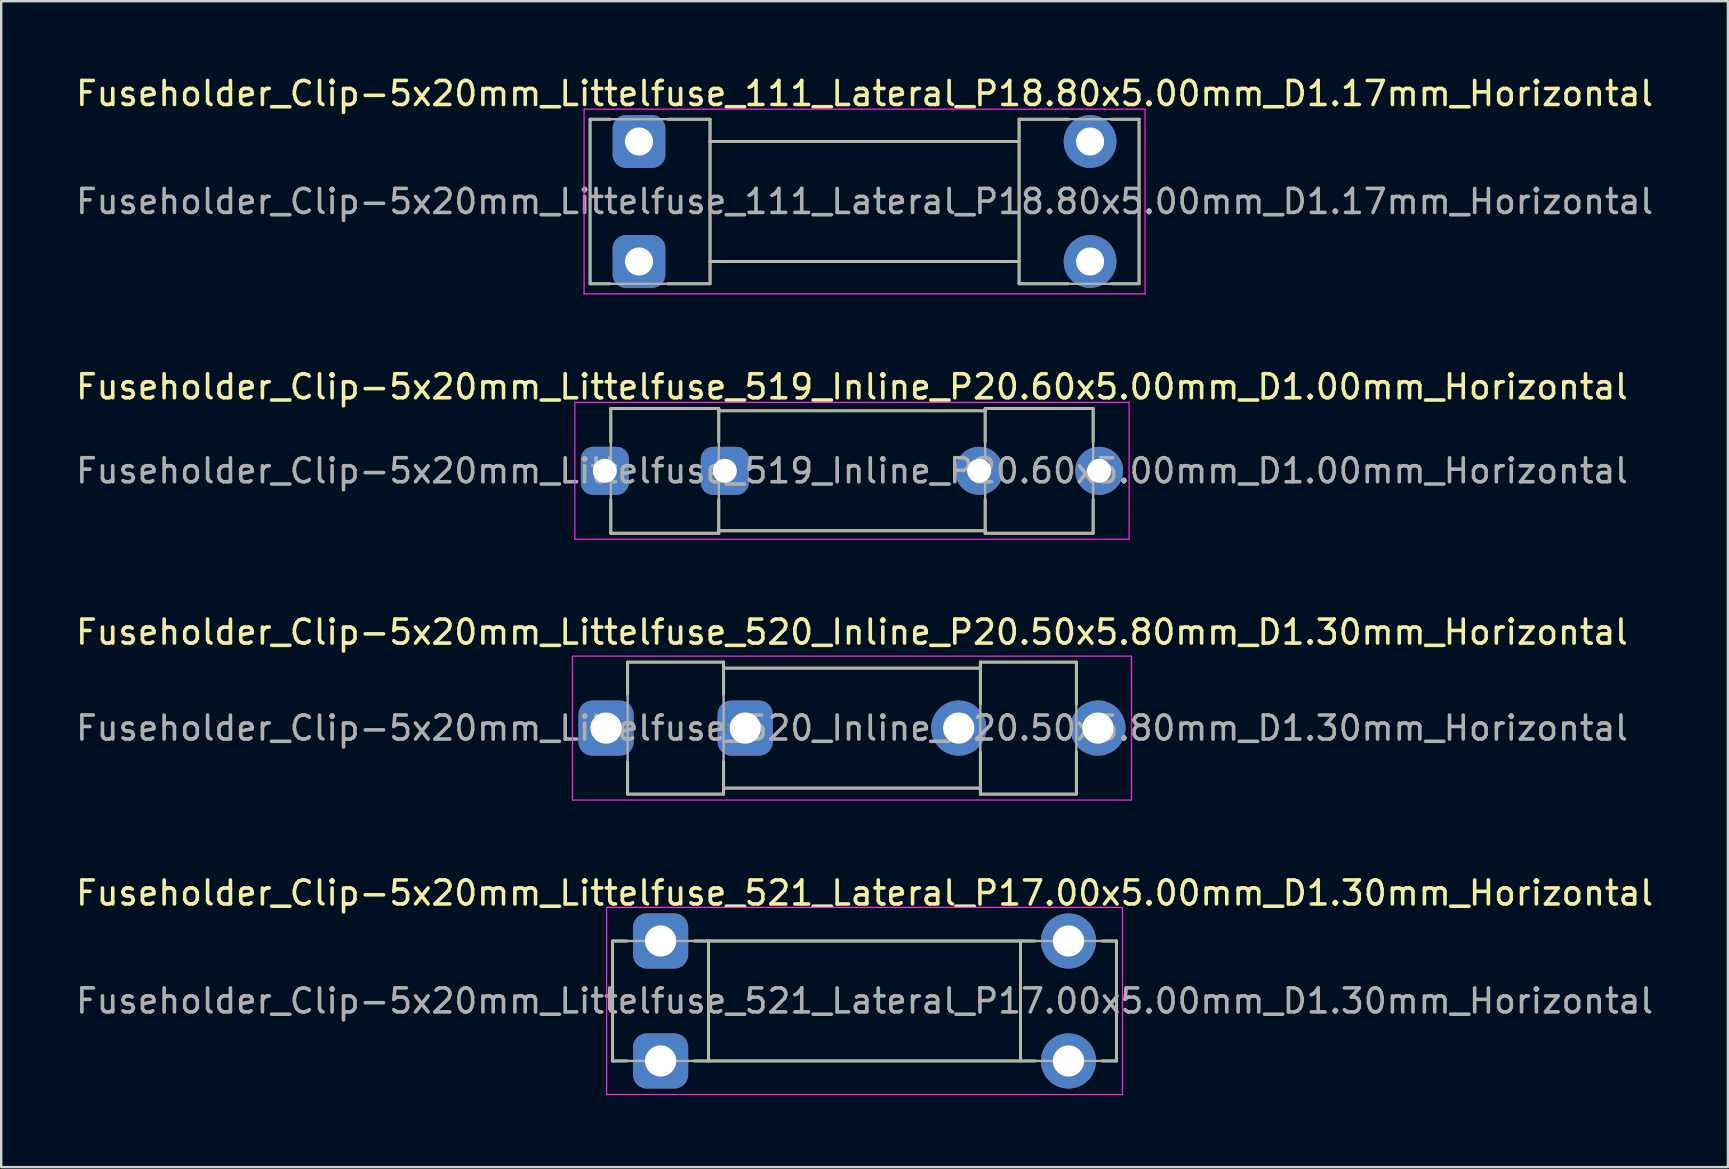
<source format=kicad_pcb>
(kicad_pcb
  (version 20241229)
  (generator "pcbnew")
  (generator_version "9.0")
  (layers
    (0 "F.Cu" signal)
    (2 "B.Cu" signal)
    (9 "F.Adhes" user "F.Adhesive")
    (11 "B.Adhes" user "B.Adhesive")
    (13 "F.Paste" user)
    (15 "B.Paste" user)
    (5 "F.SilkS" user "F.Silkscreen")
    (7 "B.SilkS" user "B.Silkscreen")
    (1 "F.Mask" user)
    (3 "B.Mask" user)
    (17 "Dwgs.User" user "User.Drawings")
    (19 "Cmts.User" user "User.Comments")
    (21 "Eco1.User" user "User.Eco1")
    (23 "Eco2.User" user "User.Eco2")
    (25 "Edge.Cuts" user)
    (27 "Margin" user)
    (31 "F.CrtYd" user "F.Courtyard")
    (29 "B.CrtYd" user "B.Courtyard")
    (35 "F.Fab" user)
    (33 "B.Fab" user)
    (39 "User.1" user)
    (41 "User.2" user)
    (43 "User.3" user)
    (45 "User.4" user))
  (footprint "Fuseholder_Clip-5x20mm_Littelfuse_111_Lateral_P18.80x5.00mm_D1.17mm_Horizontal"
    (layer "F.Cu")
    (at 23.582 2.848)
    (property "Reference" "Fuseholder_Clip-5x20mm_Littelfuse_111_Lateral_P18.80x5.00mm_D1.17mm_Horizontal" (at 9.4 -2 0) (layer "F.SilkS") (effects (font (size 1 1) (thickness 0.15))))
    (attr through_hole)
    (fp_line (start -2.04 5.93) (end -2.04 -0.93) (stroke (width 0.12) (type solid)) (layer "F.SilkS"))
    (fp_line (start -1.2 -0.93) (end -2.04 -0.93) (stroke (width 0.12) (type solid)) (layer "F.SilkS"))
    (fp_line (start -1.2 5.93) (end -2.04 5.93) (stroke (width 0.12) (type solid)) (layer "F.SilkS"))
    (fp_line (start 2.96 -0.93) (end 1.2 -0.93) (stroke (width 0.12) (type solid)) (layer "F.SilkS"))
    (fp_line (start 2.96 -0.93) (end 2.96 5.93) (stroke (width 0.12) (type solid)) (layer "F.SilkS"))
    (fp_line (start 2.96 5.93) (end 1.2 5.93) (stroke (width 0.12) (type solid)) (layer "F.SilkS"))
    (fp_line (start 15.84 -0.93) (end 15.84 5.93) (stroke (width 0.12) (type solid)) (layer "F.SilkS"))
    (fp_line (start 15.84 0) (end 2.96 0) (stroke (width 0.12) (type solid)) (layer "F.SilkS"))
    (fp_line (start 15.84 5) (end 2.96 5) (stroke (width 0.12) (type solid)) (layer "F.SilkS"))
    (fp_line (start 17.9 -0.93) (end 15.84 -0.93) (stroke (width 0.12) (type solid)) (layer "F.SilkS"))
    (fp_line (start 17.9 5.93) (end 15.84 5.93) (stroke (width 0.12) (type solid)) (layer "F.SilkS"))
    (fp_line (start 19.7 -0.93) (end 20.84 -0.93) (stroke (width 0.12) (type solid)) (layer "F.SilkS"))
    (fp_line (start 19.7 5.93) (end 20.84 5.93) (stroke (width 0.12) (type solid)) (layer "F.SilkS"))
    (fp_line (start 20.84 -0.93) (end 20.84 5.93) (stroke (width 0.12) (type solid)) (layer "F.SilkS"))
    (fp_line (start -2.29 -1.35) (end -2.29 6.35) (stroke (width 0.05) (type solid)) (layer "F.CrtYd"))
    (fp_line (start -2.29 -1.35) (end 21.09 -1.35) (stroke (width 0.05) (type solid)) (layer "F.CrtYd"))
    (fp_line (start 21.09 6.35) (end -2.29 6.35) (stroke (width 0.05) (type solid)) (layer "F.CrtYd"))
    (fp_line (start 21.09 6.35) (end 21.09 -1.35) (stroke (width 0.05) (type solid)) (layer "F.CrtYd"))
    (fp_line (start -2.04 -0.93) (end 2.96 -0.93) (stroke (width 0.1) (type solid)) (layer "F.Fab"))
    (fp_line (start -2.04 5.93) (end -2.04 -0.93) (stroke (width 0.1) (type solid)) (layer "F.Fab"))
    (fp_line (start 2.96 -0.93) (end 2.96 5.93) (stroke (width 0.1) (type solid)) (layer "F.Fab"))
    (fp_line (start 2.96 0) (end 15.84 0) (stroke (width 0.1) (type solid)) (layer "F.Fab"))
    (fp_line (start 2.96 5.93) (end -2.04 5.93) (stroke (width 0.1) (type solid)) (layer "F.Fab"))
    (fp_line (start 15.84 -0.93) (end 15.84 5.93) (stroke (width 0.1) (type solid)) (layer "F.Fab"))
    (fp_line (start 15.84 5) (end 2.96 5) (stroke (width 0.1) (type solid)) (layer "F.Fab"))
    (fp_line (start 15.84 5.93) (end 20.84 5.93) (stroke (width 0.1) (type solid)) (layer "F.Fab"))
    (fp_line (start 20.84 -0.93) (end 15.84 -0.93) (stroke (width 0.1) (type solid)) (layer "F.Fab"))
    (fp_line (start 20.84 5.93) (end 20.84 -0.93) (stroke (width 0.1) (type solid)) (layer "F.Fab"))
    (fp_text user "${REFERENCE}" (at 9.4 2.5 0) (layer "F.Fab") (effects (font (size 1 1) (thickness 0.15))))
    (pad "1" thru_hole roundrect (at 0 0) (size 2.2 2.2) (drill 1.17) (layers "*.Cu" "*.Mask") (roundrect_rratio 0.25))
    (pad "1" thru_hole roundrect (at 0 5) (size 2.2 2.2) (drill 1.17) (layers "*.Cu" "*.Mask") (roundrect_rratio 0.25))
    (pad "2" thru_hole circle (at 18.8 0) (size 2.2 2.2) (drill 1.17) (layers "*.Cu" "*.Mask"))
    (pad "2" thru_hole circle (at 18.8 5) (size 2.2 2.2) (drill 1.17) (layers "*.Cu" "*.Mask")))
  (footprint "Fuseholder_Clip-5x20mm_Littelfuse_520_Inline_P20.50x5.80mm_D1.30mm_Horizontal"
    (layer "F.Cu")
    (at 22.208 27.295)
    (property "Reference" "Fuseholder_Clip-5x20mm_Littelfuse_520_Inline_P20.50x5.80mm_D1.30mm_Horizontal" (at 10.25 -4 0) (layer "F.SilkS") (effects (font (size 1 1) (thickness 0.15))))
    (attr through_hole)
    (fp_line (start 0.9 -2.75) (end 0.9 -1.4) (stroke (width 0.12) (type solid)) (layer "F.SilkS"))
    (fp_line (start 0.9 2.75) (end 0.9 1.4) (stroke (width 0.12) (type solid)) (layer "F.SilkS"))
    (fp_line (start 4.9 -2.75) (end 0.9 -2.75) (stroke (width 0.12) (type solid)) (layer "F.SilkS"))
    (fp_line (start 4.9 -2.75) (end 4.9 -1.4) (stroke (width 0.12) (type solid)) (layer "F.SilkS"))
    (fp_line (start 4.9 2.75) (end 0.9 2.75) (stroke (width 0.12) (type solid)) (layer "F.SilkS"))
    (fp_line (start 4.9 2.75) (end 4.9 1.4) (stroke (width 0.12) (type solid)) (layer "F.SilkS"))
    (fp_line (start 15.6 -2.75) (end 15.6 -1) (stroke (width 0.12) (type solid)) (layer "F.SilkS"))
    (fp_line (start 15.6 -2.5) (end 4.9 -2.5) (stroke (width 0.12) (type solid)) (layer "F.SilkS"))
    (fp_line (start 15.6 2.5) (end 4.9 2.5) (stroke (width 0.12) (type solid)) (layer "F.SilkS"))
    (fp_line (start 15.6 2.75) (end 15.6 1) (stroke (width 0.12) (type solid)) (layer "F.SilkS"))
    (fp_line (start 15.6 2.75) (end 19.6 2.75) (stroke (width 0.12) (type solid)) (layer "F.SilkS"))
    (fp_line (start 19.6 -2.75) (end 15.6 -2.75) (stroke (width 0.12) (type solid)) (layer "F.SilkS"))
    (fp_line (start 19.6 -1) (end 19.6 -2.75) (stroke (width 0.12) (type solid)) (layer "F.SilkS"))
    (fp_line (start 19.6 1) (end 19.6 2.75) (stroke (width 0.12) (type solid)) (layer "F.SilkS"))
    (fp_line (start -1.4 -3) (end -1.4 3) (stroke (width 0.05) (type solid)) (layer "F.CrtYd"))
    (fp_line (start -1.4 -3) (end 21.9 -3) (stroke (width 0.05) (type solid)) (layer "F.CrtYd"))
    (fp_line (start 21.9 3) (end -1.4 3) (stroke (width 0.05) (type solid)) (layer "F.CrtYd"))
    (fp_line (start 21.9 3) (end 21.9 -3) (stroke (width 0.05) (type solid)) (layer "F.CrtYd"))
    (fp_line (start 0.9 -2.75) (end 4.9 -2.75) (stroke (width 0.1) (type solid)) (layer "F.Fab"))
    (fp_line (start 0.9 2.75) (end 0.9 -2.75) (stroke (width 0.1) (type solid)) (layer "F.Fab"))
    (fp_line (start 4.9 -2.75) (end 4.9 2.75) (stroke (width 0.1) (type solid)) (layer "F.Fab"))
    (fp_line (start 4.9 -2.5) (end 15.6 -2.5) (stroke (width 0.1) (type solid)) (layer "F.Fab"))
    (fp_line (start 4.9 2.75) (end 0.9 2.75) (stroke (width 0.1) (type solid)) (layer "F.Fab"))
    (fp_line (start 15.6 -2.75) (end 15.6 2.75) (stroke (width 0.1) (type solid)) (layer "F.Fab"))
    (fp_line (start 15.6 2.5) (end 4.9 2.5) (stroke (width 0.1) (type solid)) (layer "F.Fab"))
    (fp_line (start 15.6 2.75) (end 19.6 2.75) (stroke (width 0.1) (type solid)) (layer "F.Fab"))
    (fp_line (start 19.6 -2.75) (end 15.6 -2.75) (stroke (width 0.1) (type solid)) (layer "F.Fab"))
    (fp_line (start 19.6 2.75) (end 19.6 -2.75) (stroke (width 0.1) (type solid)) (layer "F.Fab"))
    (fp_text user "${REFERENCE}" (at 10.25 0 0) (layer "F.Fab") (effects (font (size 1 1) (thickness 0.15))))
    (pad "1" thru_hole roundrect (at 0 0) (size 2.3 2.3) (drill 1.3) (layers "*.Cu" "*.Mask") (roundrect_rratio 0.25))
    (pad "1" thru_hole roundrect (at 5.8 0) (size 2.3 2.3) (drill 1.3) (layers "*.Cu" "*.Mask") (roundrect_rratio 0.25))
    (pad "2" thru_hole circle (at 14.7 0) (size 2.3 2.3) (drill 1.3) (layers "*.Cu" "*.Mask"))
    (pad "2" thru_hole circle (at 20.5 0) (size 2.3 2.3) (drill 1.3) (layers "*.Cu" "*.Mask")))
  (footprint "Fuseholder_Clip-5x20mm_Littelfuse_521_Lateral_P17.00x5.00mm_D1.30mm_Horizontal"
    (layer "F.Cu")
    (at 24.482 36.168)
    (property "Reference" "Fuseholder_Clip-5x20mm_Littelfuse_521_Lateral_P17.00x5.00mm_D1.30mm_Horizontal" (at 8.5 -2 0) (layer "F.SilkS") (effects (font (size 1 1) (thickness 0.15))))
    (attr through_hole)
    (fp_line (start -2 5) (end -2 0) (stroke (width 0.12) (type solid)) (layer "F.SilkS"))
    (fp_line (start -1.4 0) (end -2 0) (stroke (width 0.12) (type solid)) (layer "F.SilkS"))
    (fp_line (start -1.4 5) (end -2 5) (stroke (width 0.12) (type solid)) (layer "F.SilkS"))
    (fp_line (start 2 0) (end 2 5) (stroke (width 0.12) (type solid)) (layer "F.SilkS"))
    (fp_line (start 15 0) (end 15 5) (stroke (width 0.12) (type solid)) (layer "F.SilkS"))
    (fp_line (start 15.6 0) (end 1.4 0) (stroke (width 0.12) (type solid)) (layer "F.SilkS"))
    (fp_line (start 15.6 5) (end 1.4 5) (stroke (width 0.12) (type solid)) (layer "F.SilkS"))
    (fp_line (start 18.4 0) (end 19 0) (stroke (width 0.12) (type solid)) (layer "F.SilkS"))
    (fp_line (start 18.4 5) (end 19 5) (stroke (width 0.12) (type solid)) (layer "F.SilkS"))
    (fp_line (start 19 0) (end 19 5) (stroke (width 0.12) (type solid)) (layer "F.SilkS"))
    (fp_line (start -2.25 -1.4) (end -2.25 6.4) (stroke (width 0.05) (type solid)) (layer "F.CrtYd"))
    (fp_line (start -2.25 -1.4) (end 19.25 -1.4) (stroke (width 0.05) (type solid)) (layer "F.CrtYd"))
    (fp_line (start 19.25 6.4) (end -2.25 6.4) (stroke (width 0.05) (type solid)) (layer "F.CrtYd"))
    (fp_line (start 19.25 6.4) (end 19.25 -1.4) (stroke (width 0.05) (type solid)) (layer "F.CrtYd"))
    (fp_line (start -2 0) (end 19 0) (stroke (width 0.1) (type solid)) (layer "F.Fab"))
    (fp_line (start -2 5) (end -2 0) (stroke (width 0.1) (type solid)) (layer "F.Fab"))
    (fp_line (start 2 0) (end 2 5) (stroke (width 0.1) (type solid)) (layer "F.Fab"))
    (fp_line (start 15 0) (end 15 5) (stroke (width 0.1) (type solid)) (layer "F.Fab"))
    (fp_line (start 19 5) (end -2 5) (stroke (width 0.1) (type solid)) (layer "F.Fab"))
    (fp_line (start 19 5) (end 19 0) (stroke (width 0.1) (type solid)) (layer "F.Fab"))
    (fp_text user "${REFERENCE}" (at 8.5 2.5 0) (layer "F.Fab") (effects (font (size 1 1) (thickness 0.15))))
    (pad "1" thru_hole roundrect (at 0 0) (size 2.3 2.3) (drill 1.3) (layers "*.Cu" "*.Mask") (roundrect_rratio 0.25))
    (pad "1" thru_hole roundrect (at 0 5) (size 2.3 2.3) (drill 1.3) (layers "*.Cu" "*.Mask") (roundrect_rratio 0.25))
    (pad "2" thru_hole circle (at 17 0) (size 2.3 2.3) (drill 1.3) (layers "*.Cu" "*.Mask"))
    (pad "2" thru_hole circle (at 17 5) (size 2.3 2.3) (drill 1.3) (layers "*.Cu" "*.Mask")))
  (footprint "Fuseholder_Clip-5x20mm_Littelfuse_519_Inline_P20.60x5.00mm_D1.00mm_Horizontal"
    (layer "F.Cu")
    (at 22.158 16.572)
    (property "Reference" "Fuseholder_Clip-5x20mm_Littelfuse_519_Inline_P20.60x5.00mm_D1.00mm_Horizontal" (at 10.3 -3.5 0) (layer "F.SilkS") (effects (font (size 1 1) (thickness 0.15))))
    (attr through_hole)
    (fp_line (start 0.25 -2.6) (end 0.25 -1.2) (stroke (width 0.12) (type solid)) (layer "F.SilkS"))
    (fp_line (start 0.25 2.6) (end 0.25 1.2) (stroke (width 0.12) (type solid)) (layer "F.SilkS"))
    (fp_line (start 4.75 -2.6) (end 0.25 -2.6) (stroke (width 0.12) (type solid)) (layer "F.SilkS"))
    (fp_line (start 4.75 -2.6) (end 4.75 -1.2) (stroke (width 0.12) (type solid)) (layer "F.SilkS"))
    (fp_line (start 4.75 2.6) (end 0.25 2.6) (stroke (width 0.12) (type solid)) (layer "F.SilkS"))
    (fp_line (start 4.75 2.6) (end 4.75 1.2) (stroke (width 0.12) (type solid)) (layer "F.SilkS"))
    (fp_line (start 15.85 -2.6) (end 15.85 -1.2) (stroke (width 0.12) (type solid)) (layer "F.SilkS"))
    (fp_line (start 15.85 -2.5) (end 4.75 -2.5) (stroke (width 0.12) (type solid)) (layer "F.SilkS"))
    (fp_line (start 15.85 2.5) (end 4.75 2.5) (stroke (width 0.12) (type solid)) (layer "F.SilkS"))
    (fp_line (start 15.85 2.6) (end 15.85 1.2) (stroke (width 0.12) (type solid)) (layer "F.SilkS"))
    (fp_line (start 15.85 2.6) (end 20.35 2.6) (stroke (width 0.12) (type solid)) (layer "F.SilkS"))
    (fp_line (start 20.35 -2.6) (end 15.85 -2.6) (stroke (width 0.12) (type solid)) (layer "F.SilkS"))
    (fp_line (start 20.35 -1.2) (end 20.35 -2.6) (stroke (width 0.12) (type solid)) (layer "F.SilkS"))
    (fp_line (start 20.35 1.2) (end 20.35 2.6) (stroke (width 0.12) (type solid)) (layer "F.SilkS"))
    (fp_line (start -1.25 -2.85) (end -1.25 2.85) (stroke (width 0.05) (type solid)) (layer "F.CrtYd"))
    (fp_line (start -1.25 -2.85) (end 21.85 -2.85) (stroke (width 0.05) (type solid)) (layer "F.CrtYd"))
    (fp_line (start 21.85 2.85) (end -1.25 2.85) (stroke (width 0.05) (type solid)) (layer "F.CrtYd"))
    (fp_line (start 21.85 2.85) (end 21.85 -2.85) (stroke (width 0.05) (type solid)) (layer "F.CrtYd"))
    (fp_line (start 0.25 -2.6) (end 4.75 -2.6) (stroke (width 0.1) (type solid)) (layer "F.Fab"))
    (fp_line (start 0.25 2.6) (end 0.25 -2.6) (stroke (width 0.1) (type solid)) (layer "F.Fab"))
    (fp_line (start 4.75 -2.6) (end 4.75 2.6) (stroke (width 0.1) (type solid)) (layer "F.Fab"))
    (fp_line (start 4.75 -2.5) (end 15.85 -2.5) (stroke (width 0.1) (type solid)) (layer "F.Fab"))
    (fp_line (start 4.75 2.6) (end 0.25 2.6) (stroke (width 0.1) (type solid)) (layer "F.Fab"))
    (fp_line (start 15.85 -2.6) (end 15.85 2.6) (stroke (width 0.1) (type solid)) (layer "F.Fab"))
    (fp_line (start 15.85 2.5) (end 4.75 2.5) (stroke (width 0.1) (type solid)) (layer "F.Fab"))
    (fp_line (start 15.85 2.6) (end 20.35 2.6) (stroke (width 0.1) (type solid)) (layer "F.Fab"))
    (fp_line (start 20.35 -2.6) (end 15.85 -2.6) (stroke (width 0.1) (type solid)) (layer "F.Fab"))
    (fp_line (start 20.35 2.6) (end 20.35 -2.6) (stroke (width 0.1) (type solid)) (layer "F.Fab"))
    (fp_text user "${REFERENCE}" (at 10.3 0 0) (layer "F.Fab") (effects (font (size 1 1) (thickness 0.15))))
    (pad "1" thru_hole roundrect (at 0 0) (size 2 2) (drill 1) (layers "*.Cu" "*.Mask") (roundrect_rratio 0.25))
    (pad "1" thru_hole roundrect (at 5 0) (size 2 2) (drill 1) (layers "*.Cu" "*.Mask") (roundrect_rratio 0.25))
    (pad "2" thru_hole circle (at 15.6 0) (size 2 2) (drill 1) (layers "*.Cu" "*.Mask"))
    (pad "2" thru_hole circle (at 20.6 0) (size 2 2) (drill 1) (layers "*.Cu" "*.Mask")))
  (gr_rect
    (start -3 -3)
    (end 68.964 45.593)
    (stroke (width 0.1) (type default))
    (fill no)
    (layer "Edge.Cuts")))
</source>
